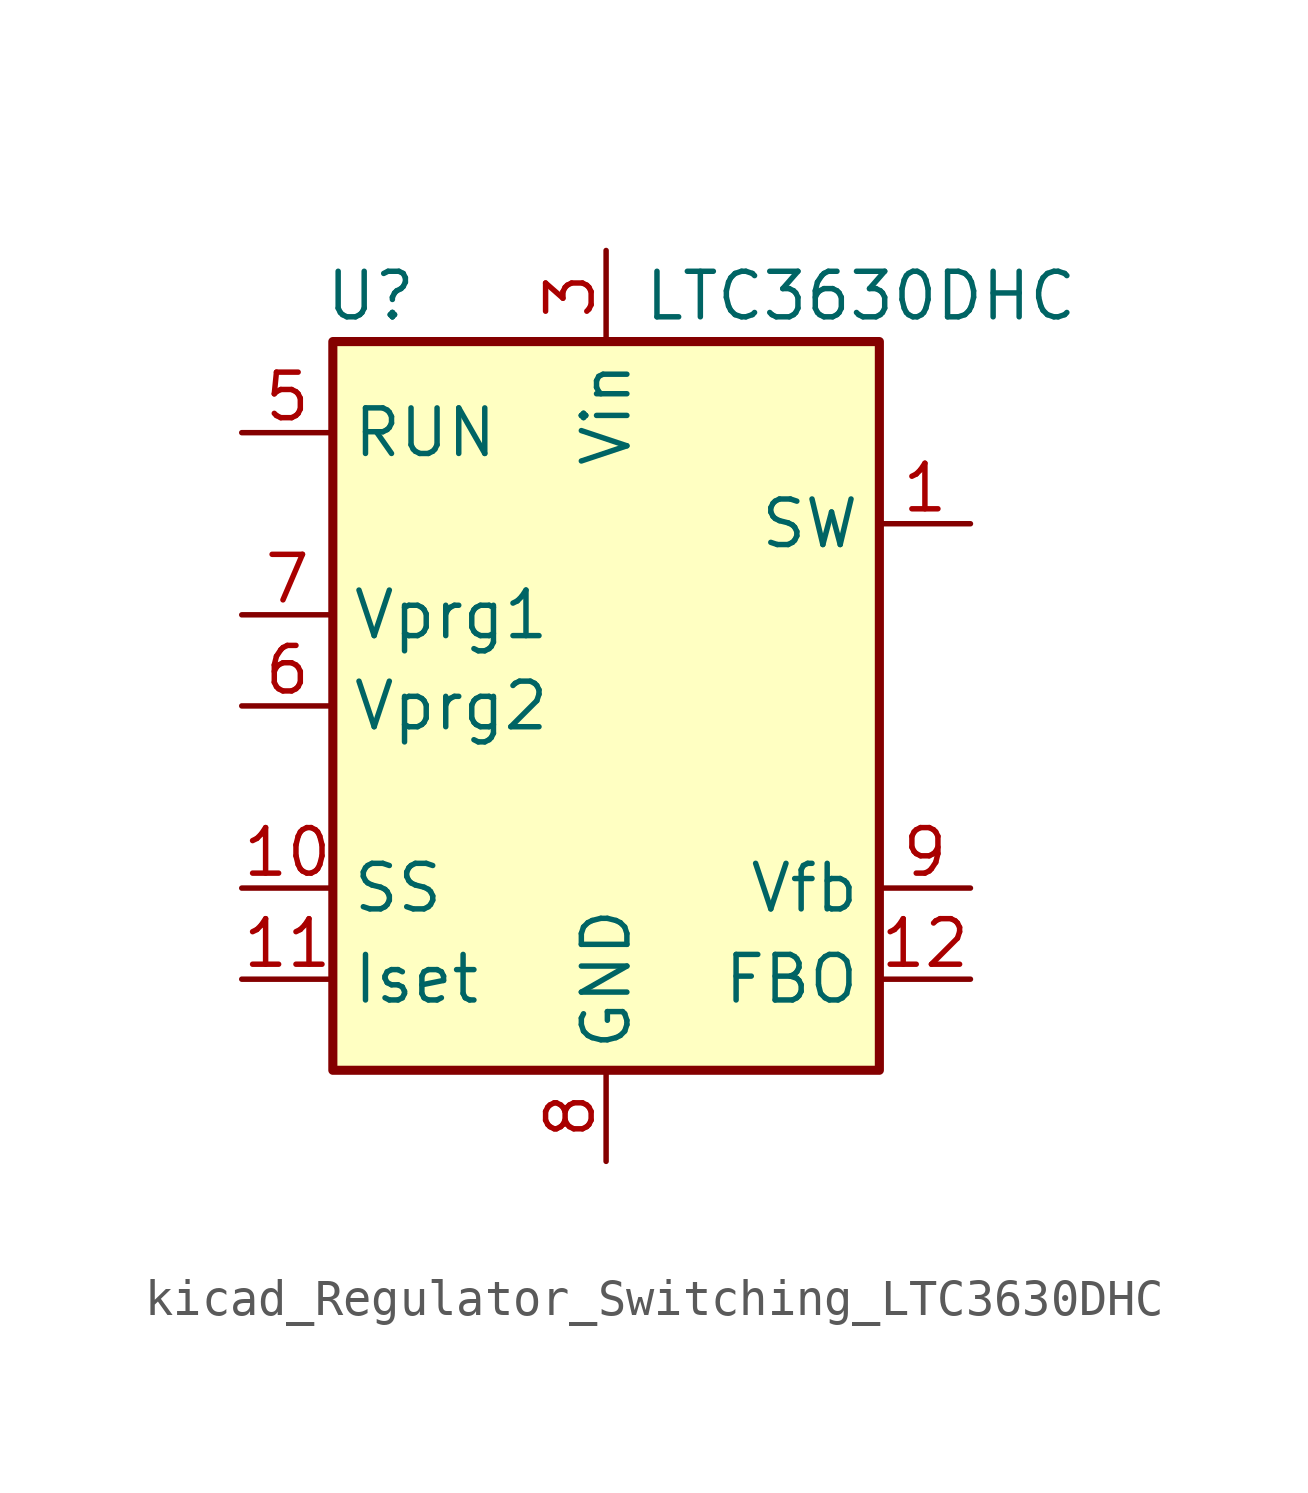
<source format=kicad_sym>
(kicad_symbol_lib
  (version 20220914)
  (generator kicad_symbol_editor)
  (symbol "kicad_Regulator_Switching_LTC3630DHC"
    (property "Reference" "U"
      (at -7.874 11.43 0)
      (effects (font (size 1.27 1.27)) (justify left)))
    (property "Value" "LTC3630DHC"
      (at 1.016 11.43 0)
      (effects (font (size 1.27 1.27)) (justify left)))
    (symbol "kicad_Regulator_Switching_LTC3630DHC_0_1"
      (rectangle (start -7.62 10.16) (end 7.62 -10.16) (stroke (width 0.254) (type default)) (fill (type background))))
    (symbol "kicad_Regulator_Switching_LTC3630DHC_1_1"
      (pin passive line (at 10.16 5.08 180) (length 2.54) (name "SW" (effects (font (size 1.27 1.27)))) (number "1" (effects (font (size 1.27 1.27)))))
      (pin passive line (at -10.16 -5.08 0) (length 2.54) (name "SS" (effects (font (size 1.27 1.27)))) (number "10" (effects (font (size 1.27 1.27)))))
      (pin passive line (at -10.16 -7.62 0) (length 2.54) (name "Iset" (effects (font (size 1.27 1.27)))) (number "11" (effects (font (size 1.27 1.27)))))
      (pin output line (at 10.16 -7.62 180) (length 2.54) (name "FBO" (effects (font (size 1.27 1.27)))) (number "12" (effects (font (size 1.27 1.27)))))
      (pin no_connect line (at 5.08 2.54 180) (length 2.54) hide (name "NC" (effects (font (size 1.27 1.27)))) (number "13" (effects (font (size 1.27 1.27)))))
      (pin passive line (at 0 -12.7 90) (length 2.54) hide (name "GND" (effects (font (size 1.27 1.27)))) (number "14" (effects (font (size 1.27 1.27)))))
      (pin no_connect line (at -5.08 5.08 0) (length 2.54) hide (name "NC" (effects (font (size 1.27 1.27)))) (number "15" (effects (font (size 1.27 1.27)))))
      (pin passive line (at 0 -12.7 90) (length 2.54) hide (name "GND" (effects (font (size 1.27 1.27)))) (number "16" (effects (font (size 1.27 1.27)))))
      (pin passive line (at 0 -12.7 90) (length 2.54) hide (name "GND" (effects (font (size 1.27 1.27)))) (number "17" (effects (font (size 1.27 1.27)))))
      (pin no_connect line (at 5.08 0 180) (length 2.54) hide (name "NC" (effects (font (size 1.27 1.27)))) (number "2" (effects (font (size 1.27 1.27)))))
      (pin power_in line (at 0 12.7 270) (length 2.54) (name "Vin" (effects (font (size 1.27 1.27)))) (number "3" (effects (font (size 1.27 1.27)))))
      (pin no_connect line (at 5.08 -2.54 180) (length 2.54) hide (name "NC" (effects (font (size 1.27 1.27)))) (number "4" (effects (font (size 1.27 1.27)))))
      (pin input line (at -10.16 7.62 0) (length 2.54) (name "RUN" (effects (font (size 1.27 1.27)))) (number "5" (effects (font (size 1.27 1.27)))))
      (pin input line (at -10.16 0 0) (length 2.54) (name "Vprg2" (effects (font (size 1.27 1.27)))) (number "6" (effects (font (size 1.27 1.27)))))
      (pin input line (at -10.16 2.54 0) (length 2.54) (name "Vprg1" (effects (font (size 1.27 1.27)))) (number "7" (effects (font (size 1.27 1.27)))))
      (pin power_in line (at 0 -12.7 90) (length 2.54) (name "GND" (effects (font (size 1.27 1.27)))) (number "8" (effects (font (size 1.27 1.27)))))
      (pin input line (at 10.16 -5.08 180) (length 2.54) (name "Vfb" (effects (font (size 1.27 1.27)))) (number "9" (effects (font (size 1.27 1.27))))))))
</source>
